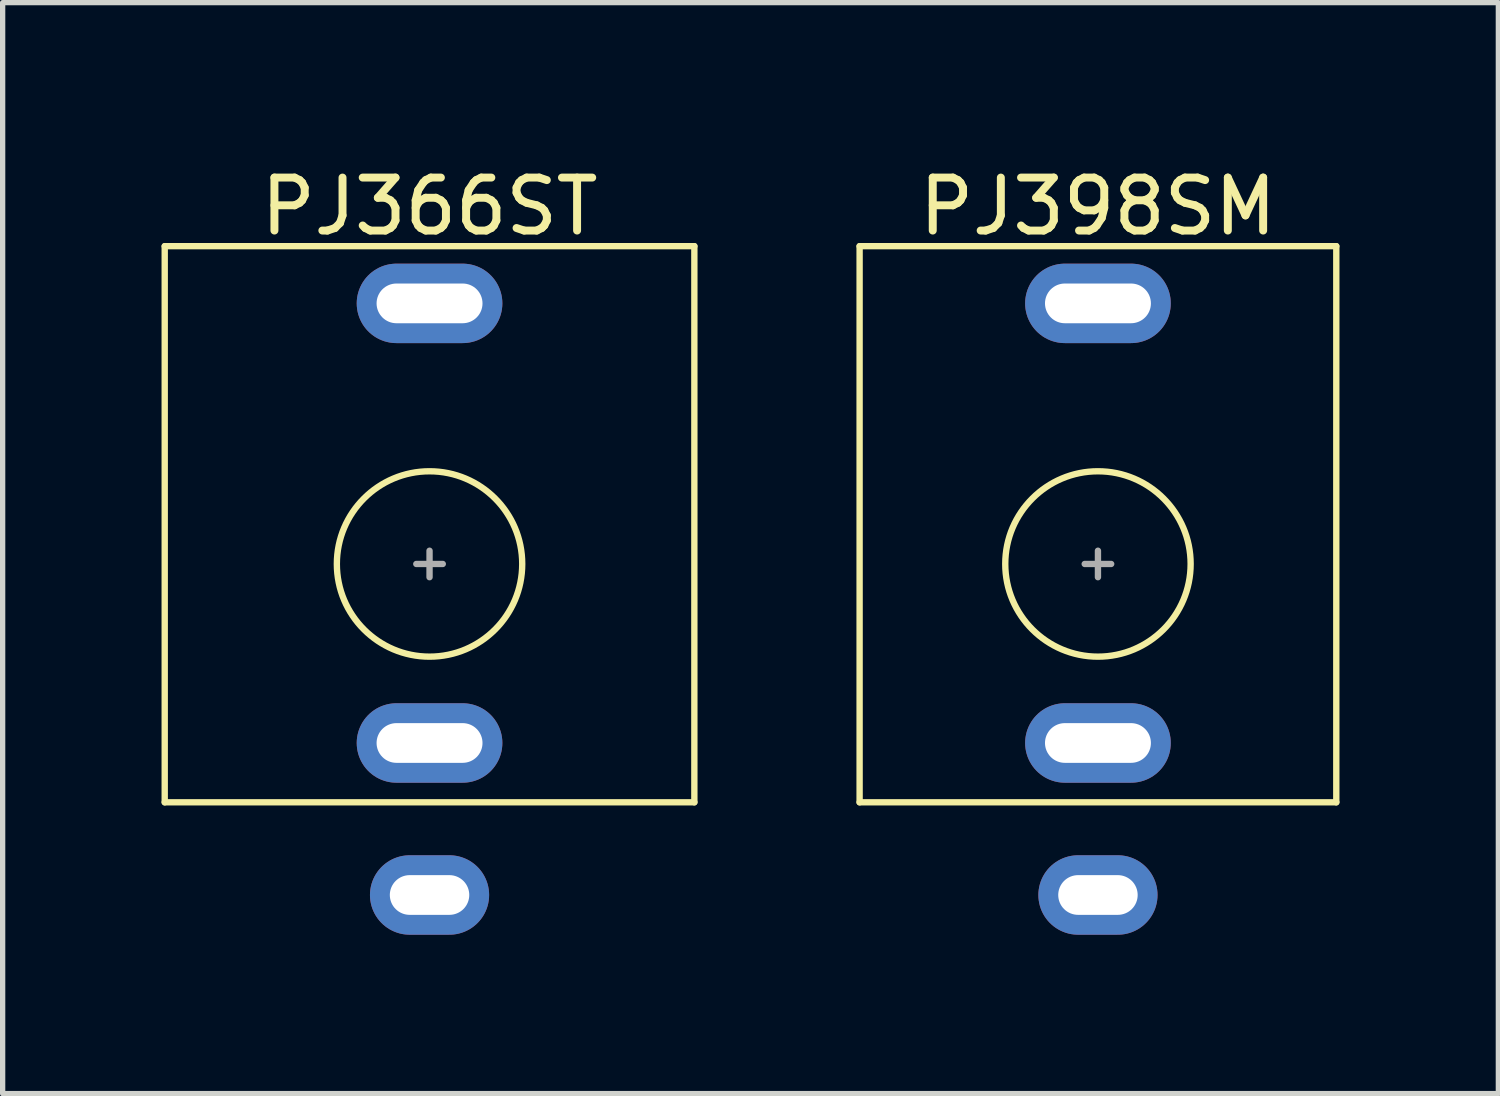
<source format=kicad_pcb>
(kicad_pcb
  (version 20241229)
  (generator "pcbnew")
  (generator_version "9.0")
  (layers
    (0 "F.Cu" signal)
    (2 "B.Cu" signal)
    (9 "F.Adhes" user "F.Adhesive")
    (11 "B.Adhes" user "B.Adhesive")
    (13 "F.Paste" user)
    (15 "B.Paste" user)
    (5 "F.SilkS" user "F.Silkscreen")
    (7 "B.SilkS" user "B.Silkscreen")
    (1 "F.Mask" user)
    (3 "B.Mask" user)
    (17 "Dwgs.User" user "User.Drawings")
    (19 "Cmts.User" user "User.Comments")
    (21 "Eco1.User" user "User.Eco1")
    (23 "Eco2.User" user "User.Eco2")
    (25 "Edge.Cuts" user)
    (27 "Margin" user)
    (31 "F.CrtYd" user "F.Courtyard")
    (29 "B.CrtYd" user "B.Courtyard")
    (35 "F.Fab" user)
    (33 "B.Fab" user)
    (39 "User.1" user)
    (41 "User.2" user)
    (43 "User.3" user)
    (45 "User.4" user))
  (footprint "PJ366ST"
    (layer "F.Cu")
    (at 5.06 7.598)
    (property "Reference" "PJ366ST" (at 0 -6.75 0) (layer "F.SilkS") (effects (font (size 1 1) (thickness 0.15))))
    (attr through_hole)
    (fp_line (start -5 -6) (end -5 4.5) (stroke (width 0.12) (type solid)) (layer "F.SilkS"))
    (fp_line (start -5 4.5) (end 5 4.5) (stroke (width 0.12) (type solid)) (layer "F.SilkS"))
    (fp_line (start 5 -6) (end -5 -6) (stroke (width 0.12) (type solid)) (layer "F.SilkS"))
    (fp_line (start 5 4.5) (end 5 -6) (stroke (width 0.12) (type solid)) (layer "F.SilkS"))
    (fp_circle (center 0 0) (end 1.75 0) (stroke (width 0.12) (type solid)) (fill no) (layer "F.SilkS"))
    (fp_line (start 0 -0.25) (end 0 0.25) (stroke (width 0.12) (type solid)) (layer "F.Fab"))
    (fp_line (start 0.25 0) (end -0.25 0) (stroke (width 0.12) (type solid)) (layer "F.Fab"))
    (pad "R" thru_hole oval (at 0 3.38) (size 2.75 1.5) (drill oval 2 0.75) (layers "*.Cu" "*.Mask"))
    (pad "S" thru_hole oval (at 0 6.25) (size 2.25 1.5) (drill oval 1.5 0.75) (layers "*.Cu" "*.Mask"))
    (pad "T" thru_hole oval (at 0 -4.92) (size 2.75 1.5) (drill oval 2 0.75) (layers "*.Cu" "*.Mask")))
  (footprint "PJ398SM"
    (layer "F.Cu")
    (at 17.68 7.598)
    (property "Reference" "PJ398SM" (at 0 -6.75 0) (layer "F.SilkS") (effects (font (size 1 1) (thickness 0.15))))
    (attr through_hole)
    (fp_line (start -4.5 -6) (end -4.5 4.5) (stroke (width 0.12) (type solid)) (layer "F.SilkS"))
    (fp_line (start -4.5 4.5) (end 4.5 4.5) (stroke (width 0.12) (type solid)) (layer "F.SilkS"))
    (fp_line (start 4.5 -6) (end -4.5 -6) (stroke (width 0.12) (type solid)) (layer "F.SilkS"))
    (fp_line (start 4.5 4.5) (end 4.5 -6) (stroke (width 0.12) (type solid)) (layer "F.SilkS"))
    (fp_circle (center 0 0) (end 1.75 0) (stroke (width 0.12) (type solid)) (fill no) (layer "F.SilkS"))
    (fp_line (start 0 -0.25) (end 0 0.25) (stroke (width 0.12) (type solid)) (layer "F.Fab"))
    (fp_line (start 0.25 0) (end -0.25 0) (stroke (width 0.12) (type solid)) (layer "F.Fab"))
    (pad "S" thru_hole oval (at 0 6.25) (size 2.25 1.5) (drill oval 1.5 0.75) (layers "*.Cu" "*.Mask"))
    (pad "T" thru_hole oval (at 0 -4.92) (size 2.75 1.5) (drill oval 2 0.75) (layers "*.Cu" "*.Mask"))
    (pad "TN" thru_hole oval (at 0 3.38) (size 2.75 1.5) (drill oval 2 0.75) (layers "*.Cu" "*.Mask")))
  (gr_rect
    (start -3 -3)
    (end 25.24 17.598)
    (stroke (width 0.1) (type default))
    (fill no)
    (layer "Edge.Cuts")))
</source>
